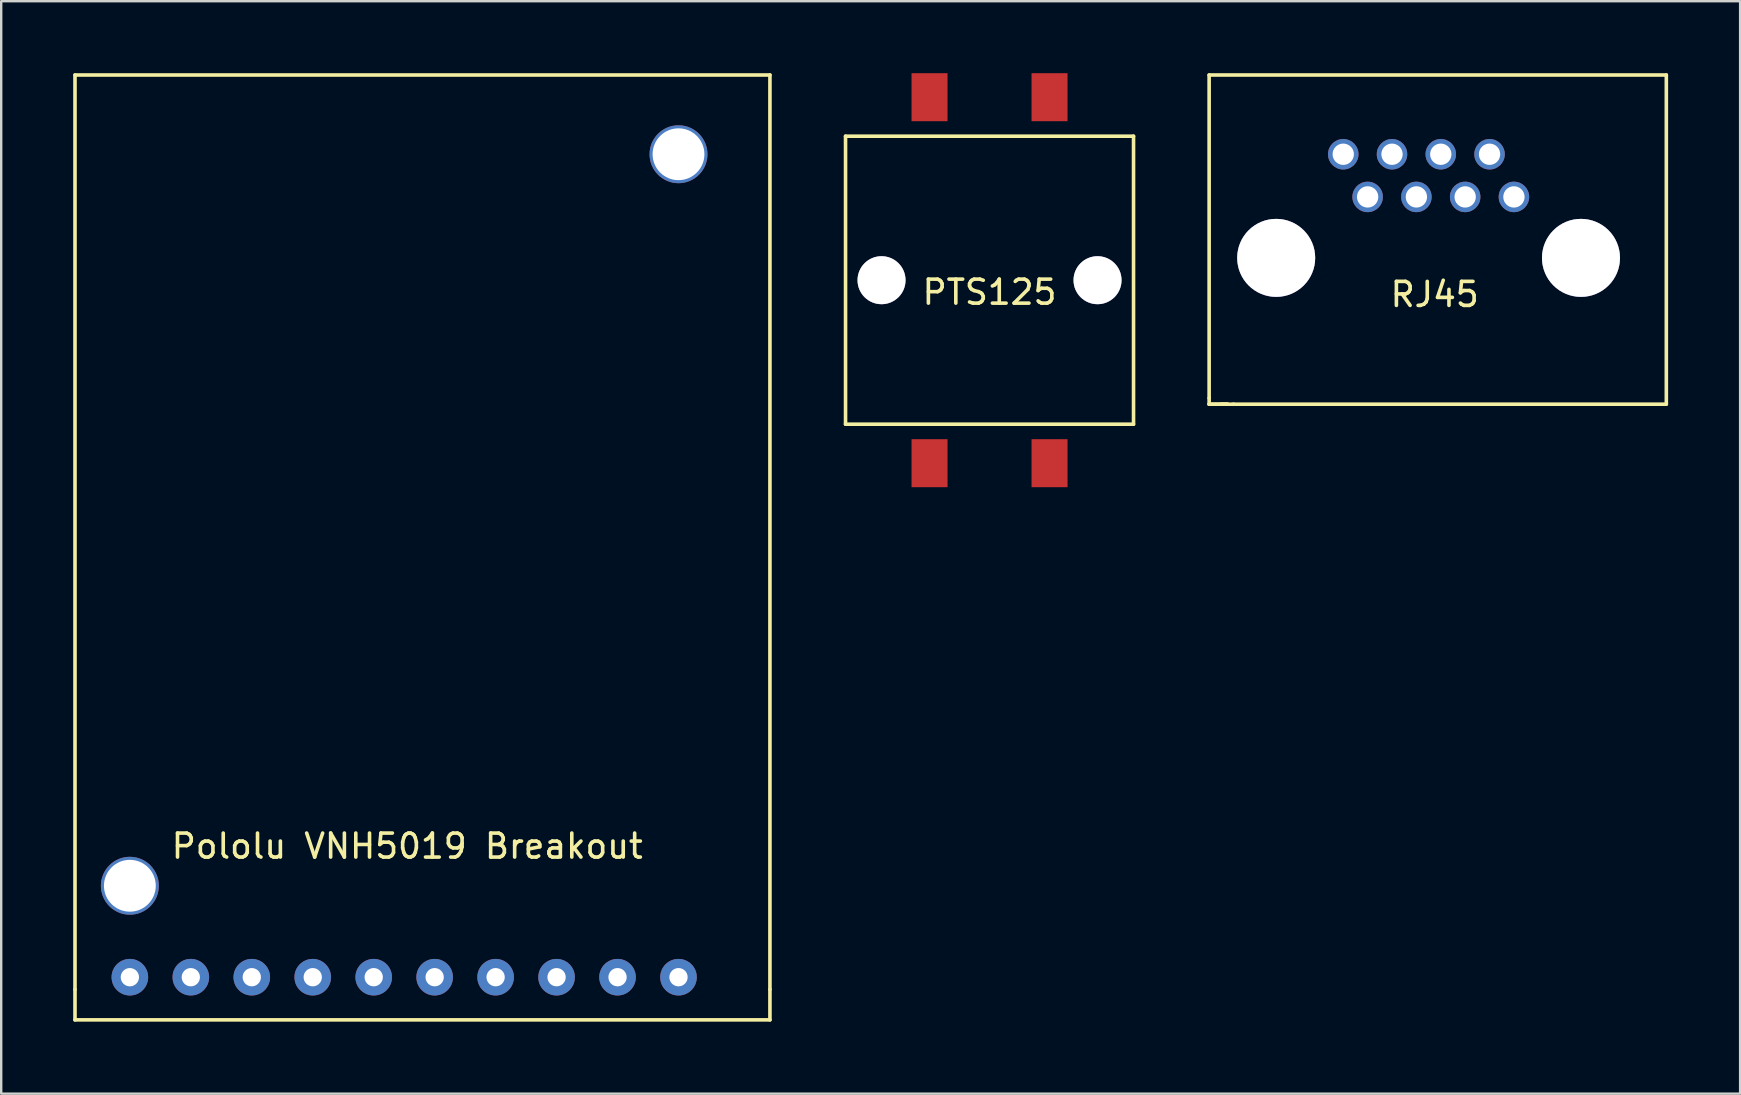
<source format=kicad_pcb>
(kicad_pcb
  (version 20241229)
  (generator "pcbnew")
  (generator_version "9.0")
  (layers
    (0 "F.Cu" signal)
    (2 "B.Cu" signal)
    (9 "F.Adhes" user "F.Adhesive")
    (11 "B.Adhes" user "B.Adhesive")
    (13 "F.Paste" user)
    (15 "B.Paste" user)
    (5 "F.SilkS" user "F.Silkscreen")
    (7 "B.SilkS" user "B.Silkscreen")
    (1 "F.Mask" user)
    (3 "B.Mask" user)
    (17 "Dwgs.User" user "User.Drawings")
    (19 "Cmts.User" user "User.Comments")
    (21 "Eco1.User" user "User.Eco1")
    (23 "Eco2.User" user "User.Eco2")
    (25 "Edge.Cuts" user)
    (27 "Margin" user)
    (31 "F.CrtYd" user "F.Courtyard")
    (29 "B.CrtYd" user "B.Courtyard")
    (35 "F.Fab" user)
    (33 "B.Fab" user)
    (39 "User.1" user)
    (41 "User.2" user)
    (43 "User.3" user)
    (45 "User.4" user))
  (footprint "PTS125"
    (layer "F.Cu")
    (at 38.181 8.625)
    (property "Reference" "PTS125" (at 0 0.5 0) (layer "F.SilkS") (effects (font (size 1 1) (thickness 0.15))))
    (attr through_hole)
    (fp_line (start -6 -6) (end 6 -6) (stroke (width 0.15) (type solid)) (layer "F.SilkS"))
    (fp_line (start -6 6) (end -6 -6) (stroke (width 0.15) (type solid)) (layer "F.SilkS"))
    (fp_line (start 6 -6) (end 6 6) (stroke (width 0.15) (type solid)) (layer "F.SilkS"))
    (fp_line (start 6 6) (end -6 6) (stroke (width 0.15) (type solid)) (layer "F.SilkS"))
    (pad "" thru_hole circle (at -4.5 0) (size 2 2) (drill 2) (layers "*.Cu" "*.Mask"))
    (pad "" thru_hole circle (at 4.5 0) (size 2 2) (drill 2) (layers "*.Cu" "*.Mask"))
    (pad "1" smd rect (at 2.5 -7.625) (size 1.5 2) (layers "F.Cu" "F.Mask" "F.Paste"))
    (pad "2" smd rect (at 2.5 7.625) (size 1.5 2) (layers "F.Cu" "F.Mask" "F.Paste"))
    (pad "3" smd rect (at -2.5 -7.625) (size 1.5 2) (layers "F.Cu" "F.Mask" "F.Paste"))
    (pad "4" smd rect (at -2.5 7.625) (size 1.5 2) (layers "F.Cu" "F.Mask" "F.Paste")))
  (footprint "Pololu VNH5019 Breakout"
    (layer "F.Cu")
    (at 13.791 33.857)
    (property "Reference" "Pololu VNH5019 Breakout" (at 0.127 -1.651 0) (layer "F.SilkS") (effects (font (size 1 1) (thickness 0.15))))
    (attr through_hole)
    (fp_line (start -13.716 -33.782) (end 15.24 -33.782) (stroke (width 0.15) (type solid)) (layer "F.SilkS"))
    (fp_line (start -13.716 4.318) (end -13.716 -33.782) (stroke (width 0.15) (type solid)) (layer "F.SilkS"))
    (fp_line (start -13.716 5.588) (end -13.716 4.318) (stroke (width 0.15) (type solid)) (layer "F.SilkS"))
    (fp_line (start 15.24 -33.782) (end 15.24 4.318) (stroke (width 0.15) (type solid)) (layer "F.SilkS"))
    (fp_line (start 15.24 4.318) (end 15.24 5.588) (stroke (width 0.15) (type solid)) (layer "F.SilkS"))
    (fp_line (start 15.24 5.588) (end -13.716 5.588) (stroke (width 0.15) (type solid)) (layer "F.SilkS"))
    (pad "" thru_hole circle (at -11.43 0) (size 2.413 2.413) (drill 2.159) (layers "*.Cu" "*.Mask"))
    (pad "" thru_hole circle (at 11.43 -30.48) (size 2.413 2.413) (drill 2.159) (layers "*.Cu" "*.Mask"))
    (pad "1" thru_hole circle (at -11.43 3.81) (size 1.524 1.524) (drill 0.762) (layers "*.Cu" "*.Mask"))
    (pad "2" thru_hole circle (at -8.89 3.81) (size 1.524 1.524) (drill 0.762) (layers "*.Cu" "*.Mask"))
    (pad "3" thru_hole circle (at -6.35 3.81) (size 1.524 1.524) (drill 0.762) (layers "*.Cu" "*.Mask"))
    (pad "4" thru_hole circle (at -3.81 3.81) (size 1.524 1.524) (drill 0.762) (layers "*.Cu" "*.Mask"))
    (pad "5" thru_hole circle (at -1.27 3.81) (size 1.524 1.524) (drill 0.762) (layers "*.Cu" "*.Mask"))
    (pad "6" thru_hole circle (at 1.27 3.81) (size 1.524 1.524) (drill 0.762) (layers "*.Cu" "*.Mask"))
    (pad "7" thru_hole circle (at 3.81 3.81) (size 1.524 1.524) (drill 0.762) (layers "*.Cu" "*.Mask"))
    (pad "8" thru_hole circle (at 6.35 3.81) (size 1.524 1.524) (drill 0.762) (layers "*.Cu" "*.Mask"))
    (pad "9" thru_hole circle (at 8.89 3.81) (size 1.524 1.524) (drill 0.762) (layers "*.Cu" "*.Mask"))
    (pad "10" thru_hole circle (at 11.43 3.81) (size 1.524 1.524) (drill 0.762) (layers "*.Cu" "*.Mask")))
  (footprint "RJ45"
    (layer "F.Cu")
    (at 50.125 7.695)
    (property "Reference" "RJ45" (at 6.604 1.524 0) (layer "F.SilkS") (effects (font (size 1 1) (thickness 0.15))))
    (attr through_hole)
    (fp_line (start -2.794 -7.62) (end -2.794 5.842) (stroke (width 0.15) (type solid)) (layer "F.SilkS"))
    (fp_line (start -2.794 -7.62) (end 16.256 -7.62) (stroke (width 0.15) (type solid)) (layer "F.SilkS"))
    (fp_line (start -2.794 5.842) (end -2.794 6.096) (stroke (width 0.15) (type solid)) (layer "F.SilkS"))
    (fp_line (start -2.794 6.096) (end -2.032 6.096) (stroke (width 0.15) (type solid)) (layer "F.SilkS"))
    (fp_line (start -2.032 6.096) (end -2.794 6.096) (stroke (width 0.15) (type solid)) (layer "F.SilkS"))
    (fp_line (start -1.778 6.096) (end -2.286 6.096) (stroke (width 0.15) (type solid)) (layer "F.SilkS"))
    (fp_line (start 16.256 -7.62) (end 16.256 6.096) (stroke (width 0.15) (type solid)) (layer "F.SilkS"))
    (fp_line (start 16.256 6.096) (end -1.778 6.096) (stroke (width 0.15) (type solid)) (layer "F.SilkS"))
    (pad "" thru_hole circle (at 0 0) (size 3.25 3.25) (drill 3.25) (layers "*.Cu" "*.Mask"))
    (pad "" thru_hole circle (at 12.7 0) (size 3.25 3.25) (drill 3.25) (layers "*.Cu" "*.Mask"))
    (pad "1" thru_hole circle (at 9.906 -2.54) (size 1.27 1.27) (drill 0.889) (layers "*.Cu" "*.Mask"))
    (pad "2" thru_hole circle (at 8.89 -4.318) (size 1.27 1.27) (drill 0.889) (layers "*.Cu" "*.Mask"))
    (pad "3" thru_hole circle (at 7.874 -2.54) (size 1.27 1.27) (drill 0.889) (layers "*.Cu" "*.Mask"))
    (pad "4" thru_hole circle (at 6.858 -4.318) (size 1.27 1.27) (drill 0.889) (layers "*.Cu" "*.Mask"))
    (pad "5" thru_hole circle (at 5.842 -2.54) (size 1.27 1.27) (drill 0.889) (layers "*.Cu" "*.Mask"))
    (pad "6" thru_hole circle (at 4.826 -4.318) (size 1.27 1.27) (drill 0.889) (layers "*.Cu" "*.Mask"))
    (pad "7" thru_hole circle (at 3.81 -2.54) (size 1.27 1.27) (drill 0.889) (layers "*.Cu" "*.Mask"))
    (pad "8" thru_hole circle (at 2.794 -4.318) (size 1.27 1.27) (drill 0.889) (layers "*.Cu" "*.Mask")))
  (gr_rect
    (start -3 -3)
    (end 69.456 42.52)
    (stroke (width 0.1) (type default))
    (fill no)
    (layer "Edge.Cuts")))
</source>
